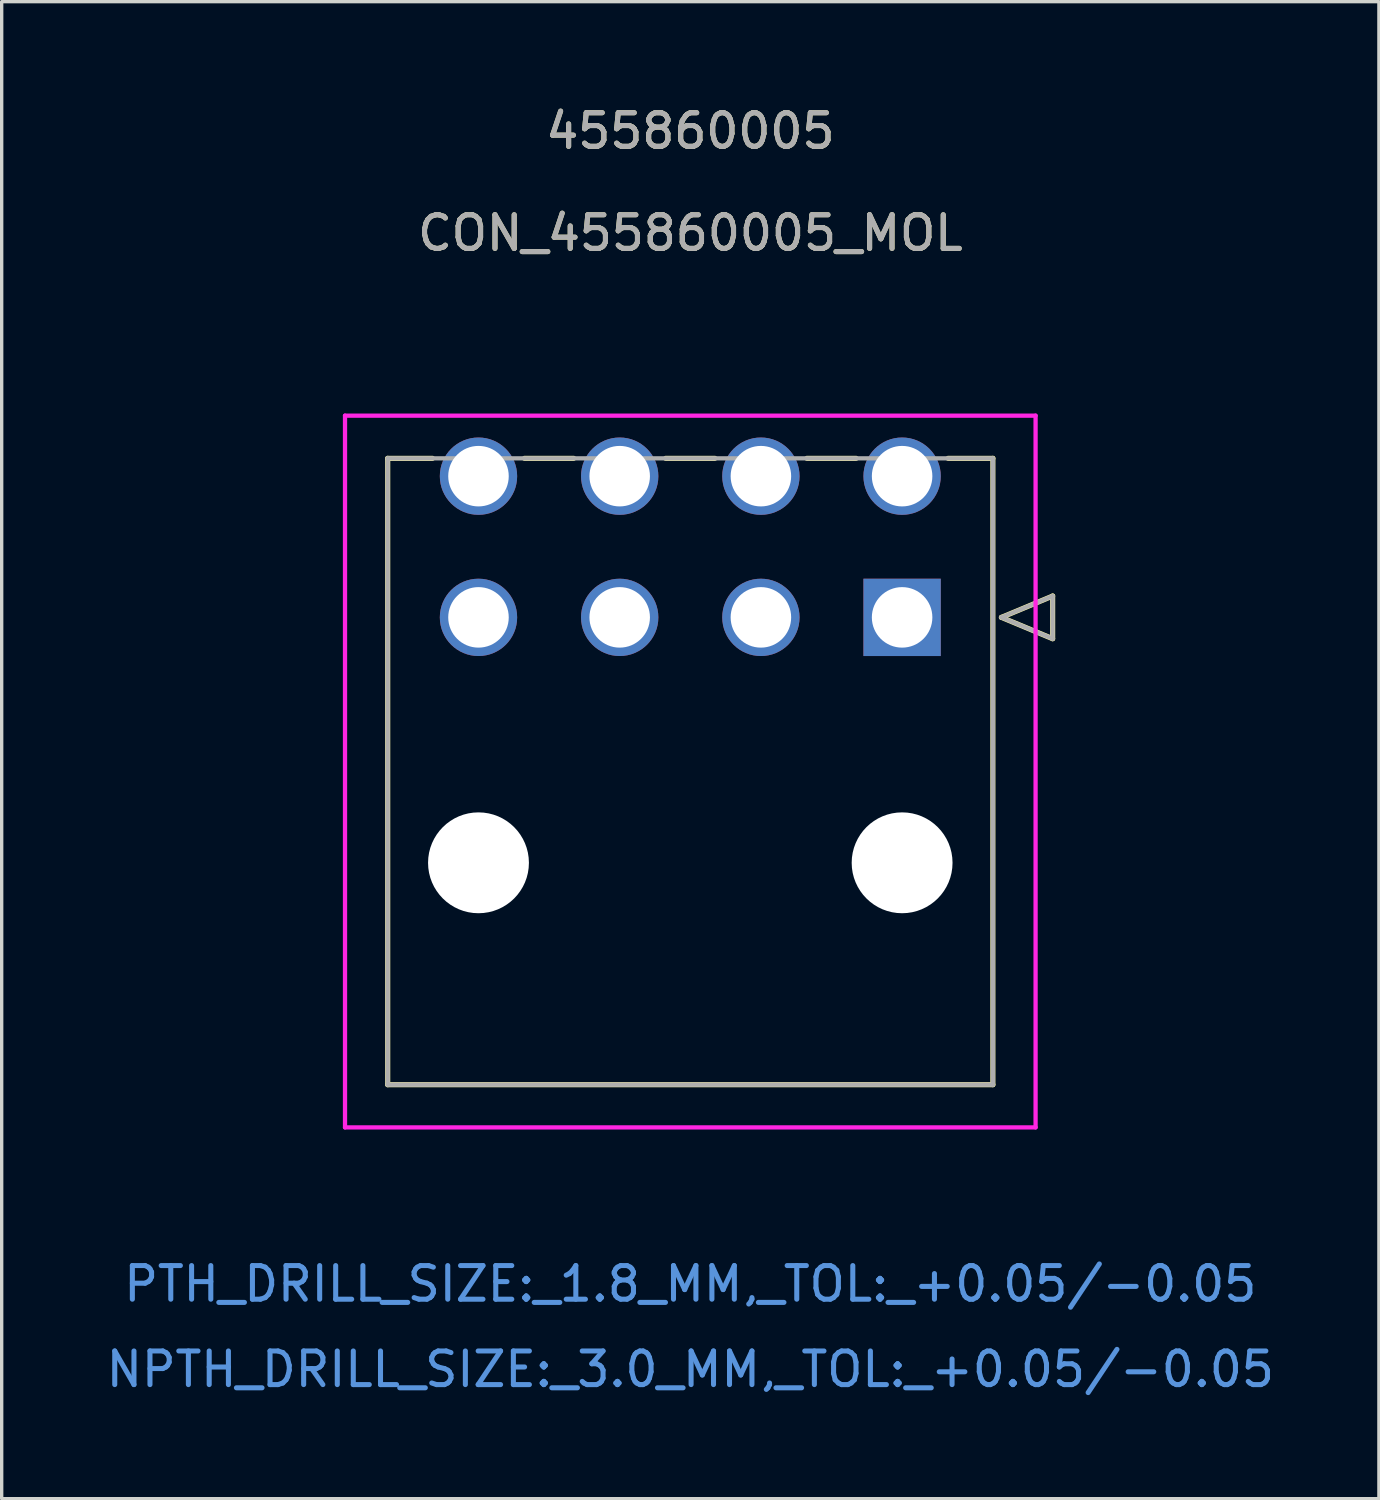
<source format=kicad_pcb>
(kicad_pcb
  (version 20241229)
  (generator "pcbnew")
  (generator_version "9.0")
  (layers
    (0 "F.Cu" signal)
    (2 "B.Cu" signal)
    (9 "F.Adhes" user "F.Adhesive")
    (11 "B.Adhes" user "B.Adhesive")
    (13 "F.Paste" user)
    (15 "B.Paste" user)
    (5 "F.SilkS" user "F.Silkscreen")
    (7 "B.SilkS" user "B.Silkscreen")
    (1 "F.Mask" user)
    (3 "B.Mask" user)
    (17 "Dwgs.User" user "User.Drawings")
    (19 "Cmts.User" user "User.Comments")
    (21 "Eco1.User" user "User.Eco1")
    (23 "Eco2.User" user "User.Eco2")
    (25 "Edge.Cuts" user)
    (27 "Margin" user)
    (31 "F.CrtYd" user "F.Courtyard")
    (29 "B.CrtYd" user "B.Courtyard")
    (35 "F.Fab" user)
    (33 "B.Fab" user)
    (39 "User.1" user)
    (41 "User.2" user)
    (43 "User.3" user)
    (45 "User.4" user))
  (footprint "CON_455860005_MOL"
    (layer "F.Cu")
    (at 23.782 15.313)
    (property "Reference" "CON_455860005_MOL" (at -6.3 -11.43 0) (unlocked yes) (layer "F.SilkS") (effects (font (size 1 1) (thickness 0.15))))
    (attr through_hole)
    (fp_line (start -15.3 -4.73) (end -15.3 13.9) (stroke (width 0.152) (type solid)) (layer "F.SilkS"))
    (fp_line (start -15.3 13.9) (end 2.7 13.9) (stroke (width 0.152) (type solid)) (layer "F.SilkS"))
    (fp_line (start -13.968 -4.73) (end -15.3 -4.73) (stroke (width 0.152) (type solid)) (layer "F.SilkS"))
    (fp_line (start -9.768 -4.73) (end -11.232 -4.73) (stroke (width 0.152) (type solid)) (layer "F.SilkS"))
    (fp_line (start -5.568 -4.73) (end -7.032 -4.73) (stroke (width 0.152) (type solid)) (layer "F.SilkS"))
    (fp_line (start -1.368 -4.73) (end -2.832 -4.73) (stroke (width 0.152) (type solid)) (layer "F.SilkS"))
    (fp_line (start 2.7 -4.73) (end 1.368 -4.73) (stroke (width 0.152) (type solid)) (layer "F.SilkS"))
    (fp_line (start 2.7 13.9) (end 2.7 -4.73) (stroke (width 0.152) (type solid)) (layer "F.SilkS"))
    (fp_line (start 2.954 0) (end 4.478 -0.635) (stroke (width 0.152) (type solid)) (layer "F.SilkS"))
    (fp_line (start 4.478 -0.635) (end 4.478 0.635) (stroke (width 0.152) (type solid)) (layer "F.SilkS"))
    (fp_line (start 4.478 0.635) (end 2.954 0) (stroke (width 0.152) (type solid)) (layer "F.SilkS"))
    (fp_line (start -16.57 -6) (end -16.57 15.17) (stroke (width 0.127) (type solid)) (layer "F.CrtYd"))
    (fp_line (start -16.57 15.17) (end 3.97 15.17) (stroke (width 0.127) (type solid)) (layer "F.CrtYd"))
    (fp_line (start 3.97 -6) (end -16.57 -6) (stroke (width 0.127) (type solid)) (layer "F.CrtYd"))
    (fp_line (start 3.97 15.17) (end 3.97 -6) (stroke (width 0.127) (type solid)) (layer "F.CrtYd"))
    (fp_line (start -15.3 -4.73) (end -15.3 13.9) (stroke (width 0.127) (type solid)) (layer "F.Fab"))
    (fp_line (start -15.3 13.9) (end 2.7 13.9) (stroke (width 0.127) (type solid)) (layer "F.Fab"))
    (fp_line (start 2.7 -4.73) (end -15.3 -4.73) (stroke (width 0.127) (type solid)) (layer "F.Fab"))
    (fp_line (start 2.7 13.9) (end 2.7 -4.73) (stroke (width 0.127) (type solid)) (layer "F.Fab"))
    (fp_line (start 2.954 0) (end 4.478 -0.635) (stroke (width 0.127) (type solid)) (layer "F.Fab"))
    (fp_line (start 4.478 -0.635) (end 4.478 0.635) (stroke (width 0.127) (type solid)) (layer "F.Fab"))
    (fp_line (start 4.478 0.635) (end 2.954 0) (stroke (width 0.127) (type solid)) (layer "F.Fab"))
    (fp_text user "455860005" (at -6.3 -14.465 0) (unlocked yes) (layer "F.SilkS") (effects (font (size 1 1) (thickness 0.15))))
    (fp_text user "NPTH_DRILL_SIZE:_3.0_MM,_TOL:_+0.05/-0.05" (at -6.3 22.365 0) (unlocked yes) (layer "Cmts.User") (effects (font (size 1 1) (thickness 0.15))))
    (fp_text user "PTH_DRILL_SIZE:_1.8_MM,_TOL:_+0.05/-0.05" (at -6.3 19.825 0) (unlocked yes) (layer "Cmts.User") (effects (font (size 1 1) (thickness 0.15))))
    (fp_text user "455860005" (at -6.3 -14.465 0) (unlocked yes) (layer "F.Fab") (effects (font (size 1 1) (thickness 0.15))))
    (fp_text user "${REFERENCE}" (at -6.3 -11.43 0) (unlocked yes) (layer "F.Fab") (effects (font (size 1 1) (thickness 0.15))))
    (pad "" np_thru_hole circle (at -12.6 7.3) (size 3 3) (drill 3) (layers "*.Cu" "*.Mask"))
    (pad "" np_thru_hole circle (at 0 7.3) (size 3 3) (drill 3) (layers "*.Cu" "*.Mask"))
    (pad "1" thru_hole rect (at 0 0) (size 2.3 2.3) (drill 1.8) (layers "*.Cu" "*.Mask"))
    (pad "2" thru_hole circle (at -4.2 0) (size 2.3 2.3) (drill 1.8) (layers "*.Cu" "*.Mask"))
    (pad "3" thru_hole circle (at -8.4 0) (size 2.3 2.3) (drill 1.8) (layers "*.Cu" "*.Mask"))
    (pad "4" thru_hole circle (at -12.6 0) (size 2.3 2.3) (drill 1.8) (layers "*.Cu" "*.Mask"))
    (pad "5" thru_hole circle (at 0 -4.2) (size 2.3 2.3) (drill 1.8) (layers "*.Cu" "*.Mask"))
    (pad "6" thru_hole circle (at -4.2 -4.2) (size 2.3 2.3) (drill 1.8) (layers "*.Cu" "*.Mask"))
    (pad "7" thru_hole circle (at -8.4 -4.2) (size 2.3 2.3) (drill 1.8) (layers "*.Cu" "*.Mask"))
    (pad "8" thru_hole circle (at -12.6 -4.2) (size 2.3 2.3) (drill 1.8) (layers "*.Cu" "*.Mask")))
  (gr_rect
    (start -3 -3)
    (end 37.964 41.526)
    (stroke (width 0.1) (type default))
    (fill no)
    (layer "Edge.Cuts")))
</source>
